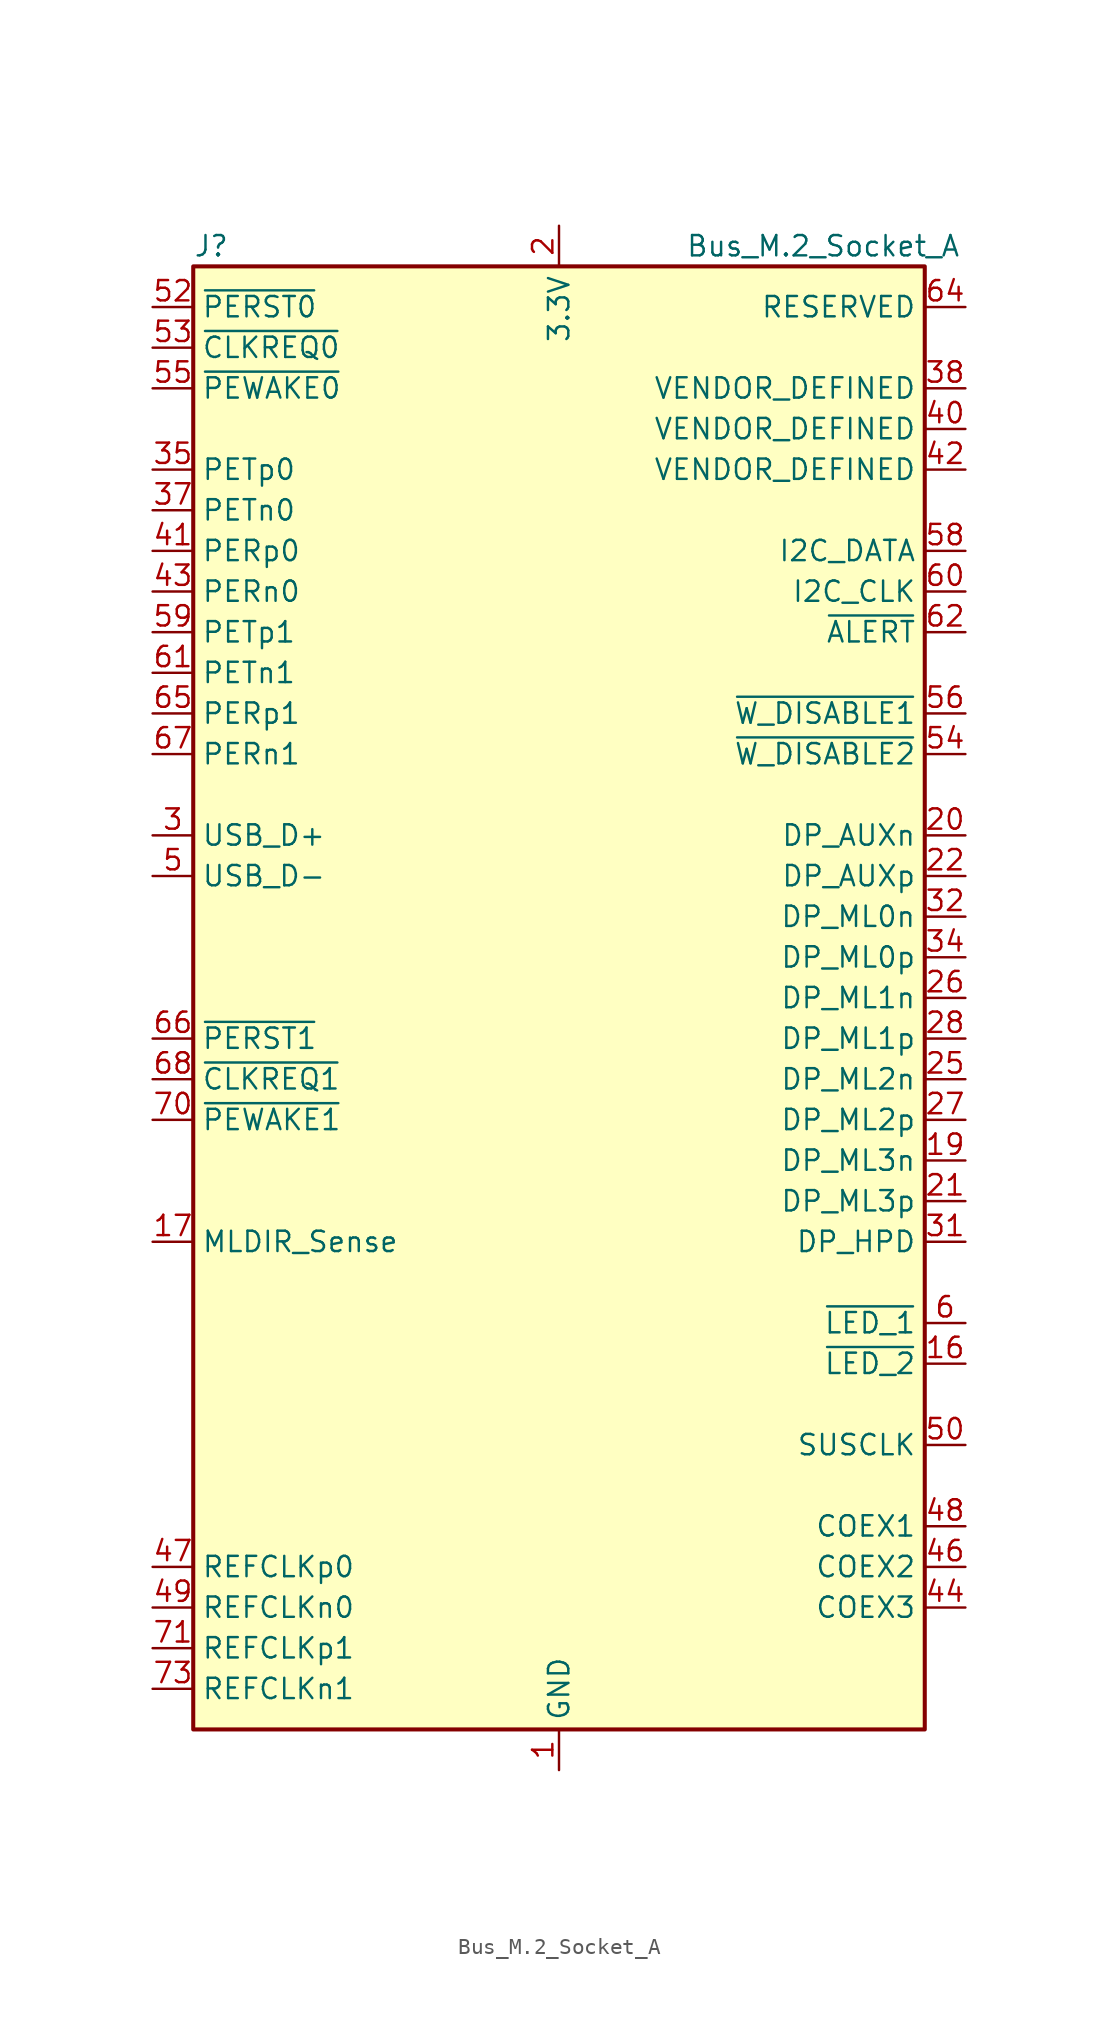
<source format=kicad_sym>
(kicad_symbol_lib
  (version 20201005)
  (generator kicad_symbol_editor)
  (symbol "Connector:Bus_M.2_Socket_A"
    (property "Reference" "J"
      (at -22.86 46.99 0)
      (effects (font (size 1.27 1.27)) (justify left)))
    (property "Value" "Bus_M.2_Socket_A"
      (at 16.51 46.99 0)
      (effects (font (size 1.27 1.27))))
    (symbol "Bus_M.2_Socket_A_0_1"
      (rectangle (start -22.86 45.72) (end 22.86 -45.72) (stroke (width 0.254)) (fill (type background))))
    (symbol "Bus_M.2_Socket_A_1_1"
      (pin power_in line (at 0 -48.26 90) (length 2.54) (name "GND" (effects (font (size 1.27 1.27)))) (number "1" (effects (font (size 1.27 1.27)))))
      (pin open_collector line (at 25.4 -22.86 180) (length 2.54) (name "~LED_2" (effects (font (size 1.27 1.27)))) (number "16" (effects (font (size 1.27 1.27)))))
      (pin input line (at -25.4 -15.24 0) (length 2.54) (name "MLDIR_Sense" (effects (font (size 1.27 1.27)))) (number "17" (effects (font (size 1.27 1.27)))))
      (pin passive line (at 0 -48.26 90) (length 2.54) hide (name "GND" (effects (font (size 1.27 1.27)))) (number "18" (effects (font (size 1.27 1.27)))))
      (pin bidirectional line (at 25.4 -10.16 180) (length 2.54) (name "DP_ML3n" (effects (font (size 1.27 1.27)))) (number "19" (effects (font (size 1.27 1.27)))))
      (pin power_in line (at 0 48.26 270) (length 2.54) (name "3.3V" (effects (font (size 1.27 1.27)))) (number "2" (effects (font (size 1.27 1.27)))))
      (pin bidirectional line (at 25.4 10.16 180) (length 2.54) (name "DP_AUXn" (effects (font (size 1.27 1.27)))) (number "20" (effects (font (size 1.27 1.27)))))
      (pin bidirectional line (at 25.4 -12.7 180) (length 2.54) (name "DP_ML3p" (effects (font (size 1.27 1.27)))) (number "21" (effects (font (size 1.27 1.27)))))
      (pin bidirectional line (at 25.4 7.62 180) (length 2.54) (name "DP_AUXp" (effects (font (size 1.27 1.27)))) (number "22" (effects (font (size 1.27 1.27)))))
      (pin passive line (at 0 -48.26 90) (length 2.54) hide (name "GND" (effects (font (size 1.27 1.27)))) (number "23" (effects (font (size 1.27 1.27)))))
      (pin passive line (at 0 -48.26 90) (length 2.54) hide (name "GND" (effects (font (size 1.27 1.27)))) (number "24" (effects (font (size 1.27 1.27)))))
      (pin bidirectional line (at 25.4 -5.08 180) (length 2.54) (name "DP_ML2n" (effects (font (size 1.27 1.27)))) (number "25" (effects (font (size 1.27 1.27)))))
      (pin bidirectional line (at 25.4 0 180) (length 2.54) (name "DP_ML1n" (effects (font (size 1.27 1.27)))) (number "26" (effects (font (size 1.27 1.27)))))
      (pin bidirectional line (at 25.4 -7.62 180) (length 2.54) (name "DP_ML2p" (effects (font (size 1.27 1.27)))) (number "27" (effects (font (size 1.27 1.27)))))
      (pin bidirectional line (at 25.4 -2.54 180) (length 2.54) (name "DP_ML1p" (effects (font (size 1.27 1.27)))) (number "28" (effects (font (size 1.27 1.27)))))
      (pin passive line (at 0 -48.26 90) (length 2.54) hide (name "GND" (effects (font (size 1.27 1.27)))) (number "29" (effects (font (size 1.27 1.27)))))
      (pin bidirectional line (at -25.4 10.16 0) (length 2.54) (name "USB_D+" (effects (font (size 1.27 1.27)))) (number "3" (effects (font (size 1.27 1.27)))))
      (pin passive line (at 0 -48.26 90) (length 2.54) hide (name "GND" (effects (font (size 1.27 1.27)))) (number "30" (effects (font (size 1.27 1.27)))))
      (pin bidirectional line (at 25.4 -15.24 180) (length 2.54) (name "DP_HPD" (effects (font (size 1.27 1.27)))) (number "31" (effects (font (size 1.27 1.27)))))
      (pin bidirectional line (at 25.4 5.08 180) (length 2.54) (name "DP_ML0n" (effects (font (size 1.27 1.27)))) (number "32" (effects (font (size 1.27 1.27)))))
      (pin passive line (at 0 -48.26 90) (length 2.54) hide (name "GND" (effects (font (size 1.27 1.27)))) (number "33" (effects (font (size 1.27 1.27)))))
      (pin bidirectional line (at 25.4 2.54 180) (length 2.54) (name "DP_ML0p" (effects (font (size 1.27 1.27)))) (number "34" (effects (font (size 1.27 1.27)))))
      (pin output line (at -25.4 33.02 0) (length 2.54) (name "PETp0" (effects (font (size 1.27 1.27)))) (number "35" (effects (font (size 1.27 1.27)))))
      (pin passive line (at 0 -48.26 90) (length 2.54) hide (name "GND" (effects (font (size 1.27 1.27)))) (number "36" (effects (font (size 1.27 1.27)))))
      (pin output line (at -25.4 30.48 0) (length 2.54) (name "PETn0" (effects (font (size 1.27 1.27)))) (number "37" (effects (font (size 1.27 1.27)))))
      (pin passive line (at 25.4 38.1 180) (length 2.54) (name "VENDOR_DEFINED" (effects (font (size 1.27 1.27)))) (number "38" (effects (font (size 1.27 1.27)))))
      (pin passive line (at 0 -48.26 90) (length 2.54) hide (name "GND" (effects (font (size 1.27 1.27)))) (number "39" (effects (font (size 1.27 1.27)))))
      (pin passive line (at 0 48.26 270) (length 2.54) hide (name "3.3V" (effects (font (size 1.27 1.27)))) (number "4" (effects (font (size 1.27 1.27)))))
      (pin passive line (at 25.4 35.56 180) (length 2.54) (name "VENDOR_DEFINED" (effects (font (size 1.27 1.27)))) (number "40" (effects (font (size 1.27 1.27)))))
      (pin input line (at -25.4 27.94 0) (length 2.54) (name "PERp0" (effects (font (size 1.27 1.27)))) (number "41" (effects (font (size 1.27 1.27)))))
      (pin passive line (at 25.4 33.02 180) (length 2.54) (name "VENDOR_DEFINED" (effects (font (size 1.27 1.27)))) (number "42" (effects (font (size 1.27 1.27)))))
      (pin input line (at -25.4 25.4 0) (length 2.54) (name "PERn0" (effects (font (size 1.27 1.27)))) (number "43" (effects (font (size 1.27 1.27)))))
      (pin bidirectional line (at 25.4 -38.1 180) (length 2.54) (name "COEX3" (effects (font (size 1.27 1.27)))) (number "44" (effects (font (size 1.27 1.27)))))
      (pin passive line (at 0 -48.26 90) (length 2.54) hide (name "GND" (effects (font (size 1.27 1.27)))) (number "45" (effects (font (size 1.27 1.27)))))
      (pin bidirectional line (at 25.4 -35.56 180) (length 2.54) (name "COEX2" (effects (font (size 1.27 1.27)))) (number "46" (effects (font (size 1.27 1.27)))))
      (pin output line (at -25.4 -35.56 0) (length 2.54) (name "REFCLKp0" (effects (font (size 1.27 1.27)))) (number "47" (effects (font (size 1.27 1.27)))))
      (pin bidirectional line (at 25.4 -33.02 180) (length 2.54) (name "COEX1" (effects (font (size 1.27 1.27)))) (number "48" (effects (font (size 1.27 1.27)))))
      (pin output line (at -25.4 -38.1 0) (length 2.54) (name "REFCLKn0" (effects (font (size 1.27 1.27)))) (number "49" (effects (font (size 1.27 1.27)))))
      (pin bidirectional line (at -25.4 7.62 0) (length 2.54) (name "USB_D-" (effects (font (size 1.27 1.27)))) (number "5" (effects (font (size 1.27 1.27)))))
      (pin output line (at 25.4 -27.94 180) (length 2.54) (name "SUSCLK" (effects (font (size 1.27 1.27)))) (number "50" (effects (font (size 1.27 1.27)))))
      (pin passive line (at 0 -48.26 90) (length 2.54) hide (name "GND" (effects (font (size 1.27 1.27)))) (number "51" (effects (font (size 1.27 1.27)))))
      (pin output line (at -25.4 43.18 0) (length 2.54) (name "~PERST0" (effects (font (size 1.27 1.27)))) (number "52" (effects (font (size 1.27 1.27)))))
      (pin bidirectional line (at -25.4 40.64 0) (length 2.54) (name "~CLKREQ0" (effects (font (size 1.27 1.27)))) (number "53" (effects (font (size 1.27 1.27)))))
      (pin output line (at 25.4 15.24 180) (length 2.54) (name "~W_DISABLE2" (effects (font (size 1.27 1.27)))) (number "54" (effects (font (size 1.27 1.27)))))
      (pin bidirectional line (at -25.4 38.1 0) (length 2.54) (name "~PEWAKE0" (effects (font (size 1.27 1.27)))) (number "55" (effects (font (size 1.27 1.27)))))
      (pin output line (at 25.4 17.78 180) (length 2.54) (name "~W_DISABLE1" (effects (font (size 1.27 1.27)))) (number "56" (effects (font (size 1.27 1.27)))))
      (pin passive line (at 0 -48.26 90) (length 2.54) hide (name "GND" (effects (font (size 1.27 1.27)))) (number "57" (effects (font (size 1.27 1.27)))))
      (pin bidirectional line (at 25.4 27.94 180) (length 2.54) (name "I2C_DATA" (effects (font (size 1.27 1.27)))) (number "58" (effects (font (size 1.27 1.27)))))
      (pin output line (at -25.4 22.86 0) (length 2.54) (name "PETp1" (effects (font (size 1.27 1.27)))) (number "59" (effects (font (size 1.27 1.27)))))
      (pin open_collector line (at 25.4 -20.32 180) (length 2.54) (name "~LED_1" (effects (font (size 1.27 1.27)))) (number "6" (effects (font (size 1.27 1.27)))))
      (pin output line (at 25.4 25.4 180) (length 2.54) (name "I2C_CLK" (effects (font (size 1.27 1.27)))) (number "60" (effects (font (size 1.27 1.27)))))
      (pin output line (at -25.4 20.32 0) (length 2.54) (name "PETn1" (effects (font (size 1.27 1.27)))) (number "61" (effects (font (size 1.27 1.27)))))
      (pin input line (at 25.4 22.86 180) (length 2.54) (name "~ALERT" (effects (font (size 1.27 1.27)))) (number "62" (effects (font (size 1.27 1.27)))))
      (pin passive line (at 0 -48.26 90) (length 2.54) hide (name "GND" (effects (font (size 1.27 1.27)))) (number "63" (effects (font (size 1.27 1.27)))))
      (pin passive line (at 25.4 43.18 180) (length 2.54) (name "RESERVED" (effects (font (size 1.27 1.27)))) (number "64" (effects (font (size 1.27 1.27)))))
      (pin input line (at -25.4 17.78 0) (length 2.54) (name "PERp1" (effects (font (size 1.27 1.27)))) (number "65" (effects (font (size 1.27 1.27)))))
      (pin output line (at -25.4 -2.54 0) (length 2.54) (name "~PERST1" (effects (font (size 1.27 1.27)))) (number "66" (effects (font (size 1.27 1.27)))))
      (pin input line (at -25.4 15.24 0) (length 2.54) (name "PERn1" (effects (font (size 1.27 1.27)))) (number "67" (effects (font (size 1.27 1.27)))))
      (pin bidirectional line (at -25.4 -5.08 0) (length 2.54) (name "~CLKREQ1" (effects (font (size 1.27 1.27)))) (number "68" (effects (font (size 1.27 1.27)))))
      (pin passive line (at 0 -48.26 90) (length 2.54) hide (name "GND" (effects (font (size 1.27 1.27)))) (number "69" (effects (font (size 1.27 1.27)))))
      (pin passive line (at 0 -48.26 90) (length 2.54) hide (name "GND" (effects (font (size 1.27 1.27)))) (number "7" (effects (font (size 1.27 1.27)))))
      (pin bidirectional line (at -25.4 -7.62 0) (length 2.54) (name "~PEWAKE1" (effects (font (size 1.27 1.27)))) (number "70" (effects (font (size 1.27 1.27)))))
      (pin output line (at -25.4 -40.64 0) (length 2.54) (name "REFCLKp1" (effects (font (size 1.27 1.27)))) (number "71" (effects (font (size 1.27 1.27)))))
      (pin passive line (at 0 48.26 270) (length 2.54) hide (name "3.3V" (effects (font (size 1.27 1.27)))) (number "72" (effects (font (size 1.27 1.27)))))
      (pin output line (at -25.4 -43.18 0) (length 2.54) (name "REFCLKn1" (effects (font (size 1.27 1.27)))) (number "73" (effects (font (size 1.27 1.27)))))
      (pin passive line (at 0 48.26 270) (length 2.54) hide (name "3.3V" (effects (font (size 1.27 1.27)))) (number "74" (effects (font (size 1.27 1.27)))))
      (pin passive line (at 0 -48.26 90) (length 2.54) hide (name "GND" (effects (font (size 1.27 1.27)))) (number "75" (effects (font (size 1.27 1.27))))))))
</source>
